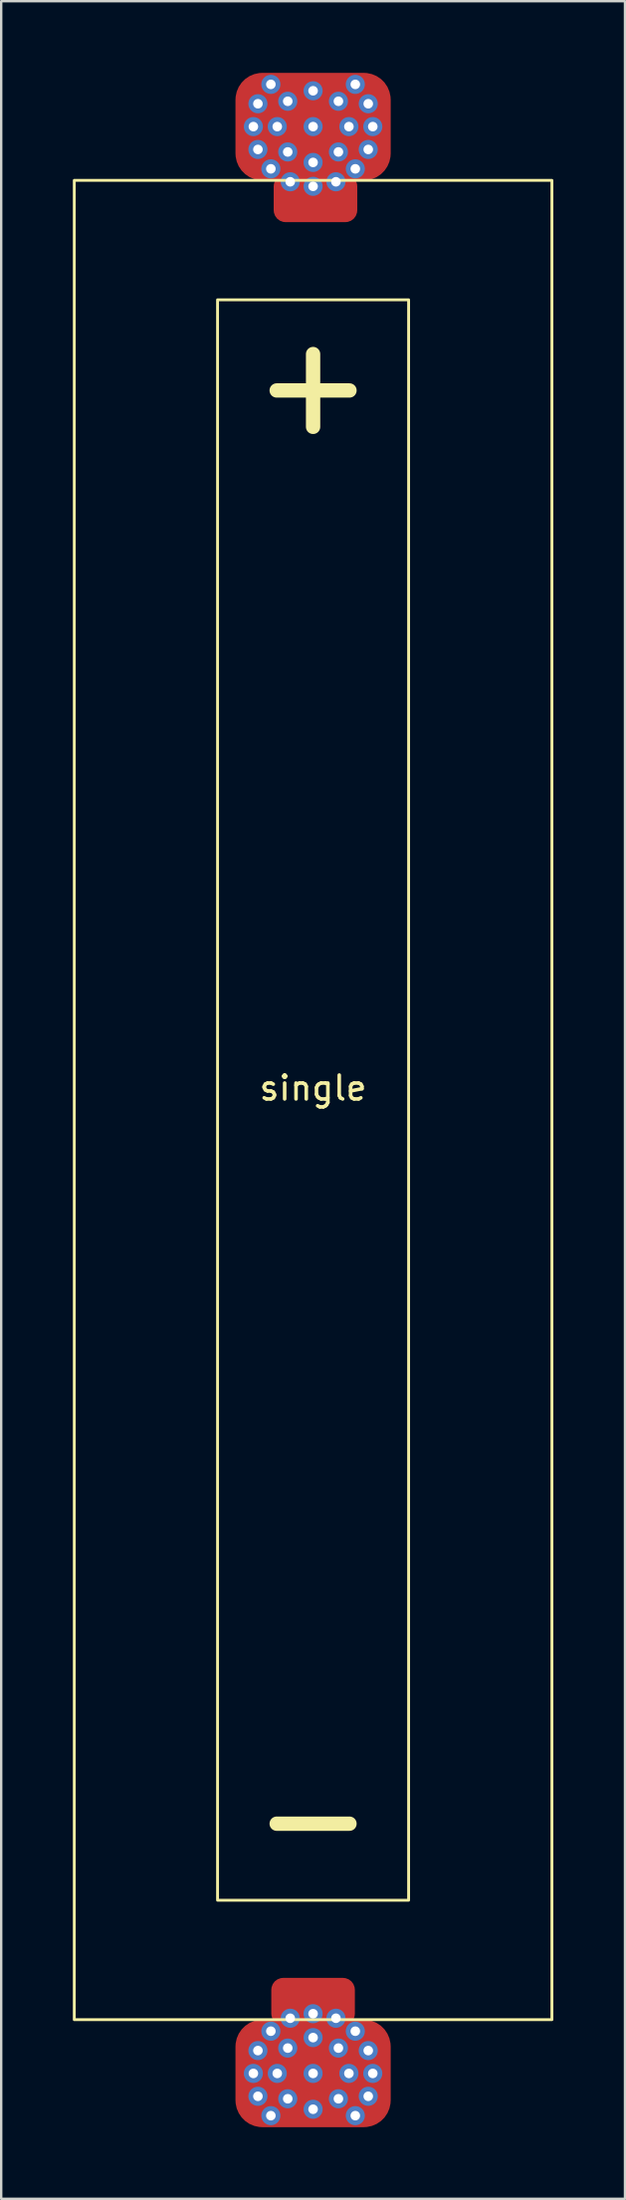
<source format=kicad_pcb>
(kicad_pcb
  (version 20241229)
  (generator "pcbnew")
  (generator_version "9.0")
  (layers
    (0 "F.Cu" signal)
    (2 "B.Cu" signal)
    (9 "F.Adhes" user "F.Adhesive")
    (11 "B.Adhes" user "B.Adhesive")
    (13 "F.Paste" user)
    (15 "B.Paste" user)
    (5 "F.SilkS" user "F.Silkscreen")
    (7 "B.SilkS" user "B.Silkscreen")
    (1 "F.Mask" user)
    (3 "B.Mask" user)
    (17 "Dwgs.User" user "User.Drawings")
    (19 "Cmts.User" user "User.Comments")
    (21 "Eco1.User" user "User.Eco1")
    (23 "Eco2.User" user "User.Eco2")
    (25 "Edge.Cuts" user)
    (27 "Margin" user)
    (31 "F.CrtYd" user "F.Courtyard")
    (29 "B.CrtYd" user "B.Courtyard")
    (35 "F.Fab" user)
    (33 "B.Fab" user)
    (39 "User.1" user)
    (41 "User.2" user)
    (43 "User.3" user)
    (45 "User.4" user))
  (footprint "single"
    (layer "F.Cu")
    (at 10.06 43)
    (property "Reference" "single" (at 0 -0.5 0) (unlocked yes) (layer "F.SilkS") (effects (font (size 1 1) (thickness 0.15))))
    (attr smd)
    (fp_rect (start -10 -38.5) (end 10 38.5) (stroke (width 0.12) (type solid)) (fill no) (layer "F.SilkS"))
    (fp_rect (start -4 -33.5) (end 4 33.5) (stroke (width 0.12) (type solid)) (fill no) (layer "F.SilkS"))
    (fp_text user "-" (at 0 30 0) (unlocked yes) (layer "F.SilkS") (effects (font (size 4 4) (thickness 0.6))))
    (fp_text user "+" (at 0 -30 0) (unlocked yes) (layer "F.SilkS") (effects (font (size 4 4) (thickness 0.6))))
    (pad "1" thru_hole circle (at -2.5 -40.75) (size 0.8 0.8) (drill 0.4) (layers "*.Cu" "*.Mask"))
    (pad "1" thru_hole circle (at -2.31 -41.707) (size 0.8 0.8) (drill 0.4) (layers "*.Cu" "*.Mask"))
    (pad "1" thru_hole circle (at -2.31 -39.793) (size 0.8 0.8) (drill 0.4) (layers "*.Cu" "*.Mask"))
    (pad "1" thru_hole circle (at -1.768 -42.518) (size 0.8 0.8) (drill 0.4) (layers "*.Cu" "*.Mask"))
    (pad "1" thru_hole circle (at -1.768 -38.982) (size 0.8 0.8) (drill 0.4) (layers "*.Cu" "*.Mask"))
    (pad "1" thru_hole circle (at -1.5 -40.75) (size 0.8 0.8) (drill 0.4) (layers "*.Cu" "*.Mask"))
    (pad "1" thru_hole circle (at -1.061 -41.811) (size 0.8 0.8) (drill 0.4) (layers "*.Cu" "*.Mask"))
    (pad "1" thru_hole circle (at -1.061 -39.689) (size 0.8 0.8) (drill 0.4) (layers "*.Cu" "*.Mask"))
    (pad "1" thru_hole circle (at -0.957 -38.44) (size 0.8 0.8) (drill 0.4) (layers "*.Cu" "*.Mask"))
    (pad "1" thru_hole circle (at 0 -42.25) (size 0.8 0.8) (drill 0.4) (layers "*.Cu" "*.Mask"))
    (pad "1" thru_hole circle (at 0 -40.75) (size 0.8 0.8) (drill 0.4) (layers "*.Cu" "*.Mask"))
    (pad "1" smd roundrect (at 0 -40.75) (size 6.5 4.5) (layers "F.Cu" "F.Mask" "F.Paste") (roundrect_rratio 0.25))
    (pad "1" thru_hole circle (at 0 -39.25) (size 0.8 0.8) (drill 0.4) (layers "*.Cu" "*.Mask"))
    (pad "1" thru_hole circle (at 0 -38.25) (size 0.8 0.8) (drill 0.4) (layers "*.Cu" "*.Mask"))
    (pad "1" smd roundrect (at 0.1 -37.75) (size 3.5 2) (layers "F.Cu" "F.Mask" "F.Paste") (roundrect_rratio 0.25))
    (pad "1" thru_hole circle (at 0.957 -38.44) (size 0.8 0.8) (drill 0.4) (layers "*.Cu" "*.Mask"))
    (pad "1" thru_hole circle (at 1.061 -41.811) (size 0.8 0.8) (drill 0.4) (layers "*.Cu" "*.Mask"))
    (pad "1" thru_hole circle (at 1.061 -39.689) (size 0.8 0.8) (drill 0.4) (layers "*.Cu" "*.Mask"))
    (pad "1" thru_hole circle (at 1.5 -40.75) (size 0.8 0.8) (drill 0.4) (layers "*.Cu" "*.Mask"))
    (pad "1" thru_hole circle (at 1.768 -42.518) (size 0.8 0.8) (drill 0.4) (layers "*.Cu" "*.Mask"))
    (pad "1" thru_hole circle (at 1.768 -38.982) (size 0.8 0.8) (drill 0.4) (layers "*.Cu" "*.Mask"))
    (pad "1" thru_hole circle (at 2.31 -41.707) (size 0.8 0.8) (drill 0.4) (layers "*.Cu" "*.Mask"))
    (pad "1" thru_hole circle (at 2.31 -39.793) (size 0.8 0.8) (drill 0.4) (layers "*.Cu" "*.Mask"))
    (pad "1" thru_hole circle (at 2.5 -40.75) (size 0.8 0.8) (drill 0.4) (layers "*.Cu" "*.Mask"))
    (pad "2" thru_hole circle (at -2.5 40.75 180) (size 0.8 0.8) (drill 0.4) (layers "*.Cu" "*.Mask"))
    (pad "2" thru_hole circle (at -2.31 39.793 180) (size 0.8 0.8) (drill 0.4) (layers "*.Cu" "*.Mask"))
    (pad "2" thru_hole circle (at -2.31 41.707 180) (size 0.8 0.8) (drill 0.4) (layers "*.Cu" "*.Mask"))
    (pad "2" thru_hole circle (at -1.768 38.982 180) (size 0.8 0.8) (drill 0.4) (layers "*.Cu" "*.Mask"))
    (pad "2" thru_hole circle (at -1.768 42.518 180) (size 0.8 0.8) (drill 0.4) (layers "*.Cu" "*.Mask"))
    (pad "2" thru_hole circle (at -1.5 40.75 180) (size 0.8 0.8) (drill 0.4) (layers "*.Cu" "*.Mask"))
    (pad "2" thru_hole circle (at -1.061 39.689 180) (size 0.8 0.8) (drill 0.4) (layers "*.Cu" "*.Mask"))
    (pad "2" thru_hole circle (at -1.061 41.811 180) (size 0.8 0.8) (drill 0.4) (layers "*.Cu" "*.Mask"))
    (pad "2" thru_hole circle (at -0.957 38.44 180) (size 0.8 0.8) (drill 0.4) (layers "*.Cu" "*.Mask"))
    (pad "2" smd roundrect (at 0 37.75) (size 3.5 2) (layers "F.Cu" "F.Mask" "F.Paste") (roundrect_rratio 0.25))
    (pad "2" thru_hole circle (at 0 38.25 180) (size 0.8 0.8) (drill 0.4) (layers "*.Cu" "*.Mask"))
    (pad "2" thru_hole circle (at 0 39.25 180) (size 0.8 0.8) (drill 0.4) (layers "*.Cu" "*.Mask"))
    (pad "2" thru_hole circle (at 0 40.75 180) (size 0.8 0.8) (drill 0.4) (layers "*.Cu" "*.Mask"))
    (pad "2" smd roundrect (at 0 40.75) (size 6.5 4.5) (layers "F.Cu" "F.Mask" "F.Paste") (roundrect_rratio 0.25))
    (pad "2" thru_hole circle (at 0 42.25 180) (size 0.8 0.8) (drill 0.4) (layers "*.Cu" "*.Mask"))
    (pad "2" thru_hole circle (at 0.957 38.44 180) (size 0.8 0.8) (drill 0.4) (layers "*.Cu" "*.Mask"))
    (pad "2" thru_hole circle (at 1.061 39.689 180) (size 0.8 0.8) (drill 0.4) (layers "*.Cu" "*.Mask"))
    (pad "2" thru_hole circle (at 1.061 41.811 180) (size 0.8 0.8) (drill 0.4) (layers "*.Cu" "*.Mask"))
    (pad "2" thru_hole circle (at 1.5 40.75 180) (size 0.8 0.8) (drill 0.4) (layers "*.Cu" "*.Mask"))
    (pad "2" thru_hole circle (at 1.768 38.982 180) (size 0.8 0.8) (drill 0.4) (layers "*.Cu" "*.Mask"))
    (pad "2" thru_hole circle (at 1.768 42.518 180) (size 0.8 0.8) (drill 0.4) (layers "*.Cu" "*.Mask"))
    (pad "2" thru_hole circle (at 2.31 39.793 180) (size 0.8 0.8) (drill 0.4) (layers "*.Cu" "*.Mask"))
    (pad "2" thru_hole circle (at 2.31 41.707 180) (size 0.8 0.8) (drill 0.4) (layers "*.Cu" "*.Mask"))
    (pad "2" thru_hole circle (at 2.5 40.75 180) (size 0.8 0.8) (drill 0.4) (layers "*.Cu" "*.Mask")))
  (gr_rect
    (start -3 -3)
    (end 23.12 89)
    (stroke (width 0.1) (type default))
    (fill no)
    (layer "Edge.Cuts")))
</source>
